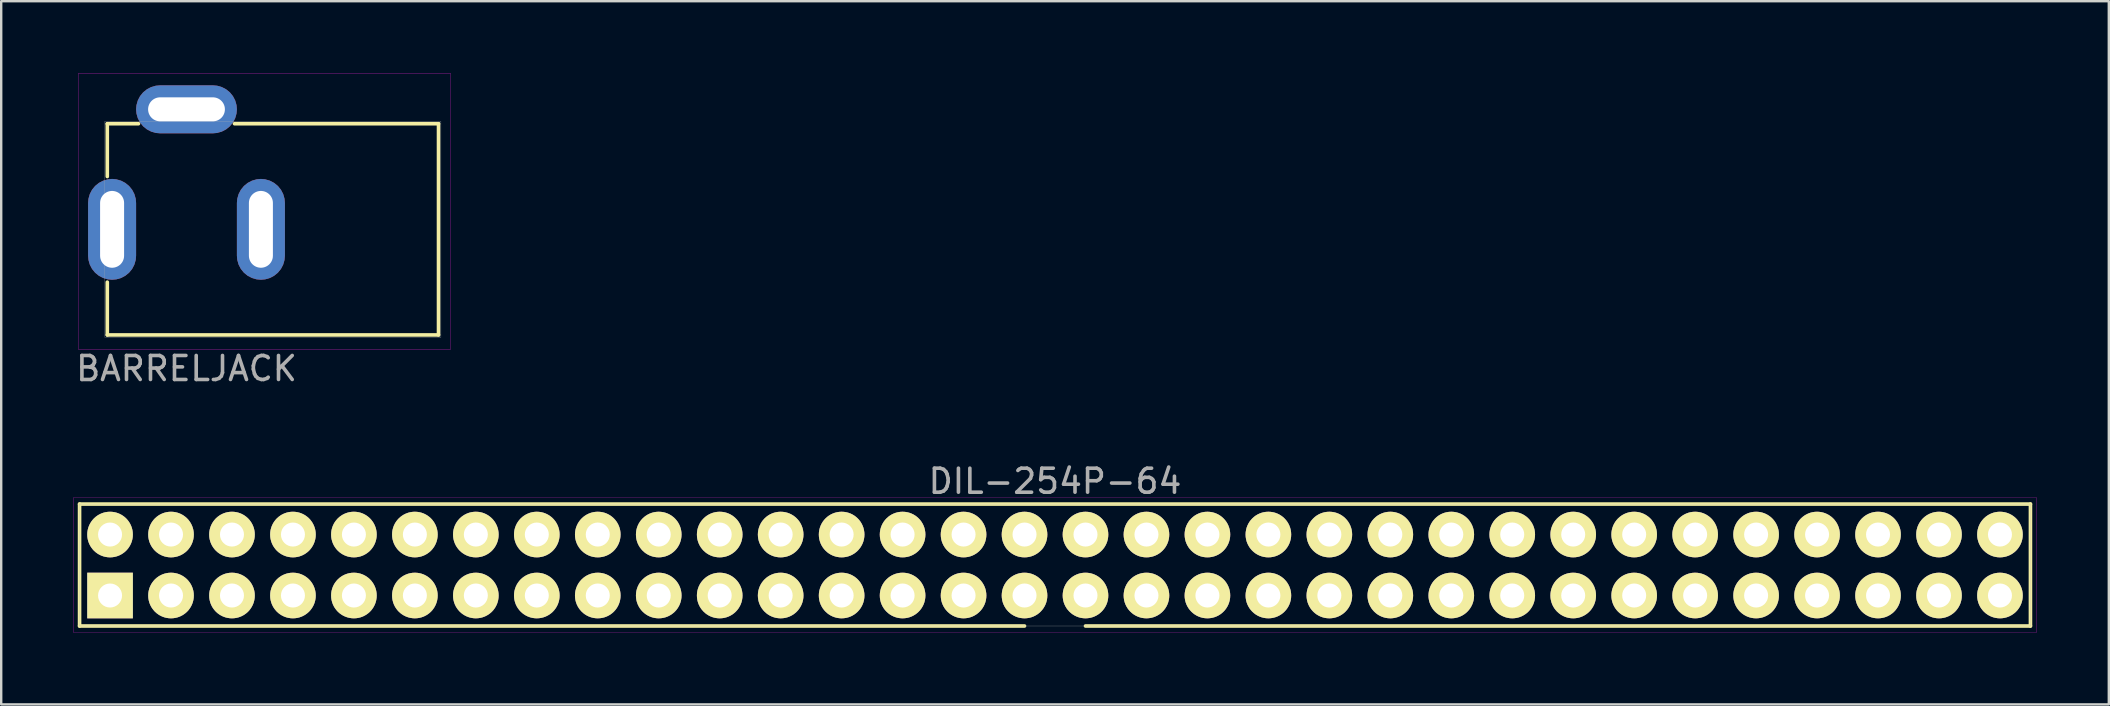
<source format=kicad_pcb>
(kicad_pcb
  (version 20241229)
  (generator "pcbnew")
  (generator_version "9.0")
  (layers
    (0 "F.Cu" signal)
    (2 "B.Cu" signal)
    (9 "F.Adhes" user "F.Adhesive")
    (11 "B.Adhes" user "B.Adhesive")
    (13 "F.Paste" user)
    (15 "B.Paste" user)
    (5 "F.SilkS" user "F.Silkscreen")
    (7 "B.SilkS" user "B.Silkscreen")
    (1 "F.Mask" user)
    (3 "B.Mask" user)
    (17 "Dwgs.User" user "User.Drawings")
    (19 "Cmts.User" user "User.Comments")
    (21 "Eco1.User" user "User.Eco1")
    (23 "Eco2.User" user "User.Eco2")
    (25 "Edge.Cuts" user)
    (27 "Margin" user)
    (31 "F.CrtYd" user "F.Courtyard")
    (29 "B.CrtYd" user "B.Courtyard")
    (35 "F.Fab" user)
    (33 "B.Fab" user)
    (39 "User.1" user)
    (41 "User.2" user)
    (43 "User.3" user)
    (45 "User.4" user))
  (footprint "BARRELJACK"
    (layer "F.Cu")
    (at 4.72 6.505)
    (property "Reference" "BARRELJACK" (at 0 5.8 0) (layer "F.Fab") (effects (font (size 1 1) (thickness 0.15))))
    (attr through_hole)
    (fp_line (start -3.3 -4.4) (end -3.3 -2.2) (stroke (width 0.15) (type solid)) (layer "F.SilkS"))
    (fp_line (start -3.3 -4.4) (end -2 -4.4) (stroke (width 0.15) (type solid)) (layer "F.SilkS"))
    (fp_line (start -3.3 2.2) (end -3.3 4.4) (stroke (width 0.15) (type solid)) (layer "F.SilkS"))
    (fp_line (start -3.3 4.4) (end 10.5 4.4) (stroke (width 0.15) (type solid)) (layer "F.SilkS"))
    (fp_line (start 10.5 -4.4) (end 2 -4.4) (stroke (width 0.15) (type solid)) (layer "F.SilkS"))
    (fp_line (start 10.5 4.4) (end 10.5 -4.4) (stroke (width 0.15) (type solid)) (layer "F.SilkS"))
    (fp_line (start -4.5 -6.5) (end 11 -6.5) (stroke (width 0.01) (type solid)) (layer "F.CrtYd"))
    (fp_line (start -4.5 5) (end -4.5 -6.5) (stroke (width 0.01) (type solid)) (layer "F.CrtYd"))
    (fp_line (start 11 -6.5) (end 11 5) (stroke (width 0.01) (type solid)) (layer "F.CrtYd"))
    (fp_line (start 11 5) (end -4.5 5) (stroke (width 0.01) (type solid)) (layer "F.CrtYd"))
    (fp_line (start -3.4 -4.5) (end 10.6 -4.5) (stroke (width 0.01) (type solid)) (layer "F.Fab"))
    (fp_line (start -3.4 4.5) (end -3.4 -4.5) (stroke (width 0.01) (type solid)) (layer "F.Fab"))
    (fp_line (start 10.6 -4.5) (end 10.6 4.5) (stroke (width 0.01) (type solid)) (layer "F.Fab"))
    (fp_line (start 10.6 4.5) (end -3.4 4.5) (stroke (width 0.01) (type solid)) (layer "F.Fab"))
    (pad "1" thru_hole roundrect (at -3.1 0 90) (size 4.2 2) (drill oval 3.2 1) (layers "*.Cu" "*.Mask") (roundrect_rratio 0.5))
    (pad "2" thru_hole roundrect (at 0 -5) (size 4.2 2) (drill oval 3.2 1) (layers "*.Cu" "*.Mask") (roundrect_rratio 0.5))
    (pad "3" thru_hole roundrect (at 3.1 0 90) (size 4.2 2) (drill oval 3.2 1) (layers "*.Cu" "*.Mask") (roundrect_rratio 0.5)))
  (footprint "DIL-254P-64"
    (layer "F.Cu")
    (at 40.905 20.491)
    (property "Reference" "DIL-254P-64" (at 0 -3.49 0) (layer "F.Fab") (effects (font (size 1 1) (thickness 0.15))))
    (attr through_hole)
    (fp_line (start -40.64 -2.54) (end 40.64 -2.54) (stroke (width 0.15) (type solid)) (layer "F.SilkS"))
    (fp_line (start -40.64 2.54) (end -40.64 -2.54) (stroke (width 0.15) (type solid)) (layer "F.SilkS"))
    (fp_line (start -1.27 2.54) (end -40.64 2.54) (stroke (width 0.15) (type solid)) (layer "F.SilkS"))
    (fp_line (start 40.64 -2.54) (end 40.64 2.54) (stroke (width 0.15) (type solid)) (layer "F.SilkS"))
    (fp_line (start 40.64 2.54) (end 1.27 2.54) (stroke (width 0.15) (type solid)) (layer "F.SilkS"))
    (fp_line (start -40.9 -2.8) (end 40.9 -2.8) (stroke (width 0.01) (type solid)) (layer "F.CrtYd"))
    (fp_line (start -40.9 2.8) (end -40.9 -2.8) (stroke (width 0.01) (type solid)) (layer "F.CrtYd"))
    (fp_line (start 40.9 -2.8) (end 40.9 2.8) (stroke (width 0.01) (type solid)) (layer "F.CrtYd"))
    (fp_line (start 40.9 2.8) (end -40.9 2.8) (stroke (width 0.01) (type solid)) (layer "F.CrtYd"))
    (fp_line (start -40.64 -2.54) (end 40.64 -2.54) (stroke (width 0.01) (type solid)) (layer "F.Fab"))
    (fp_line (start -40.64 2.54) (end -40.64 -2.54) (stroke (width 0.01) (type solid)) (layer "F.Fab"))
    (fp_line (start 40.64 -2.54) (end 40.64 2.54) (stroke (width 0.01) (type solid)) (layer "F.Fab"))
    (fp_line (start 40.64 2.54) (end -40.64 2.54) (stroke (width 0.01) (type solid)) (layer "F.Fab"))
    (pad "1" thru_hole rect (at -39.37 1.27) (size 1.9 1.9) (drill 1) (layers "*.Cu" "*.Mask" "F.SilkS"))
    (pad "2" thru_hole circle (at -39.37 -1.27) (size 1.9 1.9) (drill 1) (layers "*.Cu" "*.Mask" "F.SilkS"))
    (pad "3" thru_hole circle (at -36.83 1.27) (size 1.9 1.9) (drill 1) (layers "*.Cu" "*.Mask" "F.SilkS"))
    (pad "4" thru_hole circle (at -36.83 -1.27) (size 1.9 1.9) (drill 1) (layers "*.Cu" "*.Mask" "F.SilkS"))
    (pad "5" thru_hole circle (at -34.29 1.27) (size 1.9 1.9) (drill 1) (layers "*.Cu" "*.Mask" "F.SilkS"))
    (pad "6" thru_hole circle (at -34.29 -1.27) (size 1.9 1.9) (drill 1) (layers "*.Cu" "*.Mask" "F.SilkS"))
    (pad "7" thru_hole circle (at -31.75 1.27) (size 1.9 1.9) (drill 1) (layers "*.Cu" "*.Mask" "F.SilkS"))
    (pad "8" thru_hole circle (at -31.75 -1.27) (size 1.9 1.9) (drill 1) (layers "*.Cu" "*.Mask" "F.SilkS"))
    (pad "9" thru_hole circle (at -29.21 1.27) (size 1.9 1.9) (drill 1) (layers "*.Cu" "*.Mask" "F.SilkS"))
    (pad "10" thru_hole circle (at -29.21 -1.27) (size 1.9 1.9) (drill 1) (layers "*.Cu" "*.Mask" "F.SilkS"))
    (pad "11" thru_hole circle (at -26.67 1.27) (size 1.9 1.9) (drill 1) (layers "*.Cu" "*.Mask" "F.SilkS"))
    (pad "12" thru_hole circle (at -26.67 -1.27) (size 1.9 1.9) (drill 1) (layers "*.Cu" "*.Mask" "F.SilkS"))
    (pad "13" thru_hole circle (at -24.13 1.27) (size 1.9 1.9) (drill 1) (layers "*.Cu" "*.Mask" "F.SilkS"))
    (pad "14" thru_hole circle (at -24.13 -1.27) (size 1.9 1.9) (drill 1) (layers "*.Cu" "*.Mask" "F.SilkS"))
    (pad "15" thru_hole circle (at -21.59 1.27) (size 1.9 1.9) (drill 1) (layers "*.Cu" "*.Mask" "F.SilkS"))
    (pad "16" thru_hole circle (at -21.59 -1.27) (size 1.9 1.9) (drill 1) (layers "*.Cu" "*.Mask" "F.SilkS"))
    (pad "17" thru_hole circle (at -19.05 1.27) (size 1.9 1.9) (drill 1) (layers "*.Cu" "*.Mask" "F.SilkS"))
    (pad "18" thru_hole circle (at -19.05 -1.27) (size 1.9 1.9) (drill 1) (layers "*.Cu" "*.Mask" "F.SilkS"))
    (pad "19" thru_hole circle (at -16.51 1.27) (size 1.9 1.9) (drill 1) (layers "*.Cu" "*.Mask" "F.SilkS"))
    (pad "20" thru_hole circle (at -16.51 -1.27) (size 1.9 1.9) (drill 1) (layers "*.Cu" "*.Mask" "F.SilkS"))
    (pad "21" thru_hole circle (at -13.97 1.27) (size 1.9 1.9) (drill 1) (layers "*.Cu" "*.Mask" "F.SilkS"))
    (pad "22" thru_hole circle (at -13.97 -1.27) (size 1.9 1.9) (drill 1) (layers "*.Cu" "*.Mask" "F.SilkS"))
    (pad "23" thru_hole circle (at -11.43 1.27) (size 1.9 1.9) (drill 1) (layers "*.Cu" "*.Mask" "F.SilkS"))
    (pad "24" thru_hole circle (at -11.43 -1.27) (size 1.9 1.9) (drill 1) (layers "*.Cu" "*.Mask" "F.SilkS"))
    (pad "25" thru_hole circle (at -8.89 1.27) (size 1.9 1.9) (drill 1) (layers "*.Cu" "*.Mask" "F.SilkS"))
    (pad "26" thru_hole circle (at -8.89 -1.27) (size 1.9 1.9) (drill 1) (layers "*.Cu" "*.Mask" "F.SilkS"))
    (pad "27" thru_hole circle (at -6.35 1.27) (size 1.9 1.9) (drill 1) (layers "*.Cu" "*.Mask" "F.SilkS"))
    (pad "28" thru_hole circle (at -6.35 -1.27) (size 1.9 1.9) (drill 1) (layers "*.Cu" "*.Mask" "F.SilkS"))
    (pad "29" thru_hole circle (at -3.81 1.27) (size 1.9 1.9) (drill 1) (layers "*.Cu" "*.Mask" "F.SilkS"))
    (pad "30" thru_hole circle (at -3.81 -1.27) (size 1.9 1.9) (drill 1) (layers "*.Cu" "*.Mask" "F.SilkS"))
    (pad "31" thru_hole circle (at -1.27 1.27) (size 1.9 1.9) (drill 1) (layers "*.Cu" "*.Mask" "F.SilkS"))
    (pad "32" thru_hole circle (at -1.27 -1.27) (size 1.9 1.9) (drill 1) (layers "*.Cu" "*.Mask" "F.SilkS"))
    (pad "33" thru_hole circle (at 1.27 1.27) (size 1.9 1.9) (drill 1) (layers "*.Cu" "*.Mask" "F.SilkS"))
    (pad "34" thru_hole circle (at 1.27 -1.27) (size 1.9 1.9) (drill 1) (layers "*.Cu" "*.Mask" "F.SilkS"))
    (pad "35" thru_hole circle (at 3.81 1.27) (size 1.9 1.9) (drill 1) (layers "*.Cu" "*.Mask" "F.SilkS"))
    (pad "36" thru_hole circle (at 3.81 -1.27) (size 1.9 1.9) (drill 1) (layers "*.Cu" "*.Mask" "F.SilkS"))
    (pad "37" thru_hole circle (at 6.35 1.27) (size 1.9 1.9) (drill 1) (layers "*.Cu" "*.Mask" "F.SilkS"))
    (pad "38" thru_hole circle (at 6.35 -1.27) (size 1.9 1.9) (drill 1) (layers "*.Cu" "*.Mask" "F.SilkS"))
    (pad "39" thru_hole circle (at 8.89 1.27) (size 1.9 1.9) (drill 1) (layers "*.Cu" "*.Mask" "F.SilkS"))
    (pad "40" thru_hole circle (at 8.89 -1.27) (size 1.9 1.9) (drill 1) (layers "*.Cu" "*.Mask" "F.SilkS"))
    (pad "41" thru_hole circle (at 11.43 1.27) (size 1.9 1.9) (drill 1) (layers "*.Cu" "*.Mask" "F.SilkS"))
    (pad "42" thru_hole circle (at 11.43 -1.27) (size 1.9 1.9) (drill 1) (layers "*.Cu" "*.Mask" "F.SilkS"))
    (pad "43" thru_hole circle (at 13.97 1.27) (size 1.9 1.9) (drill 1) (layers "*.Cu" "*.Mask" "F.SilkS"))
    (pad "44" thru_hole circle (at 13.97 -1.27) (size 1.9 1.9) (drill 1) (layers "*.Cu" "*.Mask" "F.SilkS"))
    (pad "45" thru_hole circle (at 16.51 1.27) (size 1.9 1.9) (drill 1) (layers "*.Cu" "*.Mask" "F.SilkS"))
    (pad "46" thru_hole circle (at 16.51 -1.27) (size 1.9 1.9) (drill 1) (layers "*.Cu" "*.Mask" "F.SilkS"))
    (pad "47" thru_hole circle (at 19.05 1.27) (size 1.9 1.9) (drill 1) (layers "*.Cu" "*.Mask" "F.SilkS"))
    (pad "48" thru_hole circle (at 19.05 -1.27) (size 1.9 1.9) (drill 1) (layers "*.Cu" "*.Mask" "F.SilkS"))
    (pad "49" thru_hole circle (at 21.59 1.27) (size 1.9 1.9) (drill 1) (layers "*.Cu" "*.Mask" "F.SilkS"))
    (pad "50" thru_hole circle (at 21.59 -1.27) (size 1.9 1.9) (drill 1) (layers "*.Cu" "*.Mask" "F.SilkS"))
    (pad "51" thru_hole circle (at 24.13 1.27) (size 1.9 1.9) (drill 1) (layers "*.Cu" "*.Mask" "F.SilkS"))
    (pad "52" thru_hole circle (at 24.13 -1.27) (size 1.9 1.9) (drill 1) (layers "*.Cu" "*.Mask" "F.SilkS"))
    (pad "53" thru_hole circle (at 26.67 1.27) (size 1.9 1.9) (drill 1) (layers "*.Cu" "*.Mask" "F.SilkS"))
    (pad "54" thru_hole circle (at 26.67 -1.27) (size 1.9 1.9) (drill 1) (layers "*.Cu" "*.Mask" "F.SilkS"))
    (pad "55" thru_hole circle (at 29.21 1.27) (size 1.9 1.9) (drill 1) (layers "*.Cu" "*.Mask" "F.SilkS"))
    (pad "56" thru_hole circle (at 29.21 -1.27) (size 1.9 1.9) (drill 1) (layers "*.Cu" "*.Mask" "F.SilkS"))
    (pad "57" thru_hole circle (at 31.75 1.27) (size 1.9 1.9) (drill 1) (layers "*.Cu" "*.Mask" "F.SilkS"))
    (pad "58" thru_hole circle (at 31.75 -1.27) (size 1.9 1.9) (drill 1) (layers "*.Cu" "*.Mask" "F.SilkS"))
    (pad "59" thru_hole circle (at 34.29 1.27) (size 1.9 1.9) (drill 1) (layers "*.Cu" "*.Mask" "F.SilkS"))
    (pad "60" thru_hole circle (at 34.29 -1.27) (size 1.9 1.9) (drill 1) (layers "*.Cu" "*.Mask" "F.SilkS"))
    (pad "61" thru_hole circle (at 36.83 1.27) (size 1.9 1.9) (drill 1) (layers "*.Cu" "*.Mask" "F.SilkS"))
    (pad "62" thru_hole circle (at 36.83 -1.27) (size 1.9 1.9) (drill 1) (layers "*.Cu" "*.Mask" "F.SilkS"))
    (pad "63" thru_hole circle (at 39.37 1.27) (size 1.9 1.9) (drill 1) (layers "*.Cu" "*.Mask" "F.SilkS"))
    (pad "64" thru_hole circle (at 39.37 -1.27) (size 1.9 1.9) (drill 1) (layers "*.Cu" "*.Mask" "F.SilkS")))
  (gr_rect
    (start -3 -3)
    (end 84.81 26.297)
    (stroke (width 0.1) (type default))
    (fill no)
    (layer "Edge.Cuts")))
</source>
